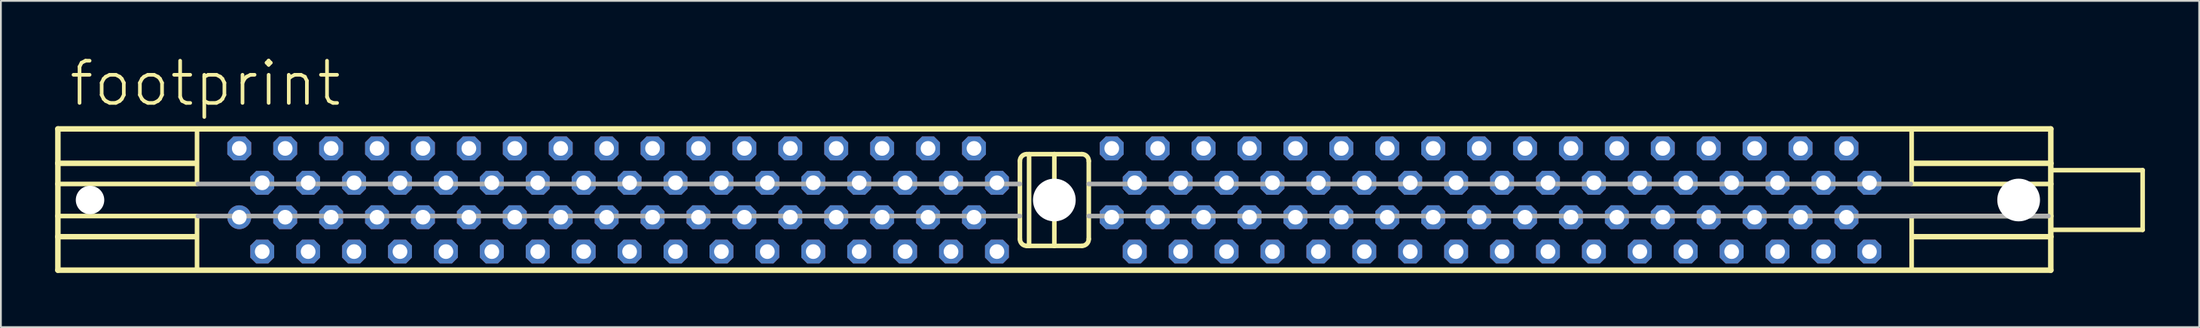
<source format=kicad_pcb>
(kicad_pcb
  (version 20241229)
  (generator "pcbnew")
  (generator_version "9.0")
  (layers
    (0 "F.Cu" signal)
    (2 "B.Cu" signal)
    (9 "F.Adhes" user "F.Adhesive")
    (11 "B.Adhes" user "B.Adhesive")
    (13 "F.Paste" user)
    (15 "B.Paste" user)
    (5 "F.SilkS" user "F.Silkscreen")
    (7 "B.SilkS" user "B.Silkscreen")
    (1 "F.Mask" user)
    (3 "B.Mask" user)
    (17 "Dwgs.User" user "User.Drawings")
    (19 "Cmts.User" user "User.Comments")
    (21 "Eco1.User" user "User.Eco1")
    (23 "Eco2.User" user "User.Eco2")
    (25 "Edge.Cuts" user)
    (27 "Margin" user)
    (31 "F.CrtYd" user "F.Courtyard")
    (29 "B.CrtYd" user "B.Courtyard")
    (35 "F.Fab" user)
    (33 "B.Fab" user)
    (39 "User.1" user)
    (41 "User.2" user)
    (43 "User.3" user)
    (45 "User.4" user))
  (footprint "footprint"
    (layer "F.Cu")
    (at 55.27 8.026)
    (property "Reference" "footprint" (at -54.61 -5.08 0) (layer "F.SilkS") (effects (font (size 2.337 2.337) (thickness 0.203)) (justify left bottom)))
    (fp_line (start -55.118 -3.937) (end -55.118 -2.032) (stroke (width 0.305) (type solid)) (layer "F.SilkS"))
    (fp_line (start -55.118 -3.937) (end 55.118 -3.937) (stroke (width 0.305) (type solid)) (layer "F.SilkS"))
    (fp_line (start -55.118 -2.032) (end -55.118 -0.889) (stroke (width 0.305) (type solid)) (layer "F.SilkS"))
    (fp_line (start -55.118 -2.032) (end -47.498 -2.032) (stroke (width 0.305) (type solid)) (layer "F.SilkS"))
    (fp_line (start -55.118 -0.889) (end -55.118 0.889) (stroke (width 0.305) (type solid)) (layer "F.SilkS"))
    (fp_line (start -55.118 -0.889) (end -47.498 -0.889) (stroke (width 0.254) (type solid)) (layer "F.SilkS"))
    (fp_line (start -55.118 0.889) (end -55.118 2.032) (stroke (width 0.305) (type solid)) (layer "F.SilkS"))
    (fp_line (start -55.118 0.889) (end -47.498 0.889) (stroke (width 0.254) (type solid)) (layer "F.SilkS"))
    (fp_line (start -55.118 2.032) (end -55.118 3.886) (stroke (width 0.305) (type solid)) (layer "F.SilkS"))
    (fp_line (start -55.118 2.032) (end -47.498 2.032) (stroke (width 0.305) (type solid)) (layer "F.SilkS"))
    (fp_line (start -47.422 -3.861) (end -47.422 -0.889) (stroke (width 0.254) (type solid)) (layer "F.SilkS"))
    (fp_line (start -47.422 0.889) (end -47.422 3.81) (stroke (width 0.254) (type solid)) (layer "F.SilkS"))
    (fp_line (start -1.905 -2.159) (end -1.905 2.159) (stroke (width 0.254) (type solid)) (layer "F.SilkS"))
    (fp_line (start -1.524 2.54) (end -1.397 2.54) (stroke (width 0.254) (type solid)) (layer "F.SilkS"))
    (fp_line (start -1.397 -2.54) (end -1.524 -2.54) (stroke (width 0.254) (type solid)) (layer "F.SilkS"))
    (fp_line (start -1.397 2.54) (end -1.397 -2.54) (stroke (width 0.254) (type solid)) (layer "F.SilkS"))
    (fp_line (start -1.397 2.54) (end 0 2.54) (stroke (width 0.254) (type solid)) (layer "F.SilkS"))
    (fp_line (start 0 -2.54) (end -1.397 -2.54) (stroke (width 0.254) (type solid)) (layer "F.SilkS"))
    (fp_line (start 0 2.54) (end 0 -2.54) (stroke (width 0.254) (type solid)) (layer "F.SilkS"))
    (fp_line (start 0 2.54) (end 1.524 2.54) (stroke (width 0.254) (type solid)) (layer "F.SilkS"))
    (fp_line (start 1.524 -2.54) (end 0 -2.54) (stroke (width 0.254) (type solid)) (layer "F.SilkS"))
    (fp_line (start 1.905 2.159) (end 1.905 -2.159) (stroke (width 0.254) (type solid)) (layer "F.SilkS"))
    (fp_line (start 47.422 -3.861) (end 47.422 -0.889) (stroke (width 0.254) (type solid)) (layer "F.SilkS"))
    (fp_line (start 47.422 0.889) (end 47.422 3.81) (stroke (width 0.254) (type solid)) (layer "F.SilkS"))
    (fp_line (start 55.118 -3.937) (end 55.118 -2.032) (stroke (width 0.305) (type solid)) (layer "F.SilkS"))
    (fp_line (start 55.118 -2.032) (end 47.498 -2.032) (stroke (width 0.305) (type solid)) (layer "F.SilkS"))
    (fp_line (start 55.118 -2.032) (end 55.118 -0.889) (stroke (width 0.305) (type solid)) (layer "F.SilkS"))
    (fp_line (start 55.118 -0.889) (end 47.498 -0.889) (stroke (width 0.254) (type solid)) (layer "F.SilkS"))
    (fp_line (start 55.118 -0.889) (end 55.118 0.889) (stroke (width 0.305) (type solid)) (layer "F.SilkS"))
    (fp_line (start 55.118 0.889) (end 47.498 0.889) (stroke (width 0.254) (type solid)) (layer "F.SilkS"))
    (fp_line (start 55.118 0.889) (end 55.118 2.032) (stroke (width 0.305) (type solid)) (layer "F.SilkS"))
    (fp_line (start 55.118 2.032) (end 47.498 2.032) (stroke (width 0.305) (type solid)) (layer "F.SilkS"))
    (fp_line (start 55.118 2.032) (end 55.118 3.886) (stroke (width 0.305) (type solid)) (layer "F.SilkS"))
    (fp_line (start 55.118 3.886) (end -55.118 3.886) (stroke (width 0.305) (type solid)) (layer "F.SilkS"))
    (fp_line (start 55.245 -1.651) (end 60.198 -1.651) (stroke (width 0.254) (type solid)) (layer "F.SilkS"))
    (fp_line (start 60.198 -1.651) (end 60.198 1.651) (stroke (width 0.254) (type solid)) (layer "F.SilkS"))
    (fp_line (start 60.198 1.651) (end 55.245 1.651) (stroke (width 0.254) (type solid)) (layer "F.SilkS"))
    (fp_arc (start -1.905 -2.159) (mid -1.793408 -2.428408) (end -1.524 -2.54) (stroke (width 0.254) (type solid)) (layer "F.SilkS"))
    (fp_arc (start -1.524 2.54) (mid -1.793408 2.428408) (end -1.905 2.159) (stroke (width 0.254) (type solid)) (layer "F.SilkS"))
    (fp_arc (start 1.524 -2.54) (mid 1.793408 -2.428408) (end 1.905 -2.159) (stroke (width 0.254) (type solid)) (layer "F.SilkS"))
    (fp_arc (start 1.905 2.159) (mid 1.793408 2.428408) (end 1.524 2.54) (stroke (width 0.254) (type solid)) (layer "F.SilkS"))
    (fp_line (start -47.371 -0.889) (end -1.905 -0.889) (stroke (width 0.254) (type solid)) (layer "F.Fab"))
    (fp_line (start -47.371 0.889) (end -1.905 0.889) (stroke (width 0.254) (type solid)) (layer "F.Fab"))
    (fp_line (start 1.905 -0.889) (end 47.371 -0.889) (stroke (width 0.254) (type solid)) (layer "F.Fab"))
    (fp_line (start 1.905 0.889) (end 54.991 0.889) (stroke (width 0.254) (type solid)) (layer "F.Fab"))
    (pad "" np_thru_hole circle (at -53.34 0) (size 1.575 1.575) (drill 1.575) (layers "*.Cu" "*.Mask"))
    (pad "" np_thru_hole circle (at 0 0) (size 2.362 2.362) (drill 2.362) (layers "*.Cu" "*.Mask"))
    (pad "" np_thru_hole circle (at 53.34 0) (size 2.362 2.362) (drill 2.362) (layers "*.Cu" "*.Mask"))
    (pad "1" thru_hole circle (at -45.085 0.953) (size 1.321 1.321) (drill 0.813) (layers "*.Cu" "*.Mask"))
    (pad "2" thru_hole roundrect (at -43.815 2.857) (size 1.321 1.321) (drill 0.813) (layers "*.Cu" "*.Mask") (roundrect_rratio 0.25) (chamfer_ratio 0.25) (chamfer top_left top_right bottom_left bottom_right))
    (pad "3" thru_hole roundrect (at -42.545 0.953) (size 1.321 1.321) (drill 0.813) (layers "*.Cu" "*.Mask") (roundrect_rratio 0.25) (chamfer_ratio 0.25) (chamfer top_left top_right bottom_left bottom_right))
    (pad "4" thru_hole roundrect (at -41.275 2.857) (size 1.321 1.321) (drill 0.813) (layers "*.Cu" "*.Mask") (roundrect_rratio 0.25) (chamfer_ratio 0.25) (chamfer top_left top_right bottom_left bottom_right))
    (pad "5" thru_hole roundrect (at -40.005 0.953) (size 1.321 1.321) (drill 0.813) (layers "*.Cu" "*.Mask") (roundrect_rratio 0.25) (chamfer_ratio 0.25) (chamfer top_left top_right bottom_left bottom_right))
    (pad "6" thru_hole roundrect (at -38.735 2.857) (size 1.321 1.321) (drill 0.813) (layers "*.Cu" "*.Mask") (roundrect_rratio 0.25) (chamfer_ratio 0.25) (chamfer top_left top_right bottom_left bottom_right))
    (pad "7" thru_hole roundrect (at -37.465 0.953) (size 1.321 1.321) (drill 0.813) (layers "*.Cu" "*.Mask") (roundrect_rratio 0.25) (chamfer_ratio 0.25) (chamfer top_left top_right bottom_left bottom_right))
    (pad "8" thru_hole roundrect (at -36.195 2.857) (size 1.321 1.321) (drill 0.813) (layers "*.Cu" "*.Mask") (roundrect_rratio 0.25) (chamfer_ratio 0.25) (chamfer top_left top_right bottom_left bottom_right))
    (pad "9" thru_hole roundrect (at -34.925 0.953) (size 1.321 1.321) (drill 0.813) (layers "*.Cu" "*.Mask") (roundrect_rratio 0.25) (chamfer_ratio 0.25) (chamfer top_left top_right bottom_left bottom_right))
    (pad "10" thru_hole roundrect (at -33.655 2.857) (size 1.321 1.321) (drill 0.813) (layers "*.Cu" "*.Mask") (roundrect_rratio 0.25) (chamfer_ratio 0.25) (chamfer top_left top_right bottom_left bottom_right))
    (pad "11" thru_hole roundrect (at -32.385 0.953) (size 1.321 1.321) (drill 0.813) (layers "*.Cu" "*.Mask") (roundrect_rratio 0.25) (chamfer_ratio 0.25) (chamfer top_left top_right bottom_left bottom_right))
    (pad "12" thru_hole roundrect (at -31.115 2.857) (size 1.321 1.321) (drill 0.813) (layers "*.Cu" "*.Mask") (roundrect_rratio 0.25) (chamfer_ratio 0.25) (chamfer top_left top_right bottom_left bottom_right))
    (pad "13" thru_hole roundrect (at -29.845 0.953) (size 1.321 1.321) (drill 0.813) (layers "*.Cu" "*.Mask") (roundrect_rratio 0.25) (chamfer_ratio 0.25) (chamfer top_left top_right bottom_left bottom_right))
    (pad "14" thru_hole roundrect (at -28.575 2.857) (size 1.321 1.321) (drill 0.813) (layers "*.Cu" "*.Mask") (roundrect_rratio 0.25) (chamfer_ratio 0.25) (chamfer top_left top_right bottom_left bottom_right))
    (pad "15" thru_hole roundrect (at -27.305 0.953) (size 1.321 1.321) (drill 0.813) (layers "*.Cu" "*.Mask") (roundrect_rratio 0.25) (chamfer_ratio 0.25) (chamfer top_left top_right bottom_left bottom_right))
    (pad "16" thru_hole roundrect (at -26.035 2.857) (size 1.321 1.321) (drill 0.813) (layers "*.Cu" "*.Mask") (roundrect_rratio 0.25) (chamfer_ratio 0.25) (chamfer top_left top_right bottom_left bottom_right))
    (pad "17" thru_hole roundrect (at -24.765 0.953) (size 1.321 1.321) (drill 0.813) (layers "*.Cu" "*.Mask") (roundrect_rratio 0.25) (chamfer_ratio 0.25) (chamfer top_left top_right bottom_left bottom_right))
    (pad "18" thru_hole roundrect (at -23.495 2.857) (size 1.321 1.321) (drill 0.813) (layers "*.Cu" "*.Mask") (roundrect_rratio 0.25) (chamfer_ratio 0.25) (chamfer top_left top_right bottom_left bottom_right))
    (pad "19" thru_hole roundrect (at -22.225 0.953) (size 1.321 1.321) (drill 0.813) (layers "*.Cu" "*.Mask") (roundrect_rratio 0.25) (chamfer_ratio 0.25) (chamfer top_left top_right bottom_left bottom_right))
    (pad "20" thru_hole roundrect (at -20.955 2.857) (size 1.321 1.321) (drill 0.813) (layers "*.Cu" "*.Mask") (roundrect_rratio 0.25) (chamfer_ratio 0.25) (chamfer top_left top_right bottom_left bottom_right))
    (pad "21" thru_hole roundrect (at -19.685 0.953) (size 1.321 1.321) (drill 0.813) (layers "*.Cu" "*.Mask") (roundrect_rratio 0.25) (chamfer_ratio 0.25) (chamfer top_left top_right bottom_left bottom_right))
    (pad "22" thru_hole roundrect (at -18.415 2.857) (size 1.321 1.321) (drill 0.813) (layers "*.Cu" "*.Mask") (roundrect_rratio 0.25) (chamfer_ratio 0.25) (chamfer top_left top_right bottom_left bottom_right))
    (pad "23" thru_hole roundrect (at -17.145 0.953) (size 1.321 1.321) (drill 0.813) (layers "*.Cu" "*.Mask") (roundrect_rratio 0.25) (chamfer_ratio 0.25) (chamfer top_left top_right bottom_left bottom_right))
    (pad "24" thru_hole roundrect (at -15.875 2.857) (size 1.321 1.321) (drill 0.813) (layers "*.Cu" "*.Mask") (roundrect_rratio 0.25) (chamfer_ratio 0.25) (chamfer top_left top_right bottom_left bottom_right))
    (pad "25" thru_hole roundrect (at -14.605 0.953) (size 1.321 1.321) (drill 0.813) (layers "*.Cu" "*.Mask") (roundrect_rratio 0.25) (chamfer_ratio 0.25) (chamfer top_left top_right bottom_left bottom_right))
    (pad "26" thru_hole roundrect (at -13.335 2.857) (size 1.321 1.321) (drill 0.813) (layers "*.Cu" "*.Mask") (roundrect_rratio 0.25) (chamfer_ratio 0.25) (chamfer top_left top_right bottom_left bottom_right))
    (pad "27" thru_hole roundrect (at -12.065 0.953) (size 1.321 1.321) (drill 0.813) (layers "*.Cu" "*.Mask") (roundrect_rratio 0.25) (chamfer_ratio 0.25) (chamfer top_left top_right bottom_left bottom_right))
    (pad "28" thru_hole roundrect (at -10.795 2.857) (size 1.321 1.321) (drill 0.813) (layers "*.Cu" "*.Mask") (roundrect_rratio 0.25) (chamfer_ratio 0.25) (chamfer top_left top_right bottom_left bottom_right))
    (pad "29" thru_hole roundrect (at -9.525 0.953) (size 1.321 1.321) (drill 0.813) (layers "*.Cu" "*.Mask") (roundrect_rratio 0.25) (chamfer_ratio 0.25) (chamfer top_left top_right bottom_left bottom_right))
    (pad "30" thru_hole roundrect (at -8.255 2.857) (size 1.321 1.321) (drill 0.813) (layers "*.Cu" "*.Mask") (roundrect_rratio 0.25) (chamfer_ratio 0.25) (chamfer top_left top_right bottom_left bottom_right))
    (pad "31" thru_hole roundrect (at -6.985 0.953) (size 1.321 1.321) (drill 0.813) (layers "*.Cu" "*.Mask") (roundrect_rratio 0.25) (chamfer_ratio 0.25) (chamfer top_left top_right bottom_left bottom_right))
    (pad "32" thru_hole roundrect (at -5.715 2.857) (size 1.321 1.321) (drill 0.813) (layers "*.Cu" "*.Mask") (roundrect_rratio 0.25) (chamfer_ratio 0.25) (chamfer top_left top_right bottom_left bottom_right))
    (pad "33" thru_hole roundrect (at -4.445 0.953) (size 1.321 1.321) (drill 0.813) (layers "*.Cu" "*.Mask") (roundrect_rratio 0.25) (chamfer_ratio 0.25) (chamfer top_left top_right bottom_left bottom_right))
    (pad "34" thru_hole roundrect (at -3.175 2.857) (size 1.321 1.321) (drill 0.813) (layers "*.Cu" "*.Mask") (roundrect_rratio 0.25) (chamfer_ratio 0.25) (chamfer top_left top_right bottom_left bottom_right))
    (pad "35" thru_hole roundrect (at 3.175 0.953) (size 1.321 1.321) (drill 0.813) (layers "*.Cu" "*.Mask") (roundrect_rratio 0.25) (chamfer_ratio 0.25) (chamfer top_left top_right bottom_left bottom_right))
    (pad "36" thru_hole roundrect (at 4.445 2.857) (size 1.321 1.321) (drill 0.813) (layers "*.Cu" "*.Mask") (roundrect_rratio 0.25) (chamfer_ratio 0.25) (chamfer top_left top_right bottom_left bottom_right))
    (pad "37" thru_hole roundrect (at 5.715 0.953) (size 1.321 1.321) (drill 0.813) (layers "*.Cu" "*.Mask") (roundrect_rratio 0.25) (chamfer_ratio 0.25) (chamfer top_left top_right bottom_left bottom_right))
    (pad "38" thru_hole roundrect (at 6.985 2.857) (size 1.321 1.321) (drill 0.813) (layers "*.Cu" "*.Mask") (roundrect_rratio 0.25) (chamfer_ratio 0.25) (chamfer top_left top_right bottom_left bottom_right))
    (pad "39" thru_hole roundrect (at 8.255 0.953) (size 1.321 1.321) (drill 0.813) (layers "*.Cu" "*.Mask") (roundrect_rratio 0.25) (chamfer_ratio 0.25) (chamfer top_left top_right bottom_left bottom_right))
    (pad "40" thru_hole roundrect (at 9.525 2.857) (size 1.321 1.321) (drill 0.813) (layers "*.Cu" "*.Mask") (roundrect_rratio 0.25) (chamfer_ratio 0.25) (chamfer top_left top_right bottom_left bottom_right))
    (pad "41" thru_hole roundrect (at 10.795 0.953) (size 1.321 1.321) (drill 0.813) (layers "*.Cu" "*.Mask") (roundrect_rratio 0.25) (chamfer_ratio 0.25) (chamfer top_left top_right bottom_left bottom_right))
    (pad "42" thru_hole roundrect (at 12.065 2.857) (size 1.321 1.321) (drill 0.813) (layers "*.Cu" "*.Mask") (roundrect_rratio 0.25) (chamfer_ratio 0.25) (chamfer top_left top_right bottom_left bottom_right))
    (pad "43" thru_hole roundrect (at 13.335 0.953) (size 1.321 1.321) (drill 0.813) (layers "*.Cu" "*.Mask") (roundrect_rratio 0.25) (chamfer_ratio 0.25) (chamfer top_left top_right bottom_left bottom_right))
    (pad "44" thru_hole roundrect (at 14.605 2.857) (size 1.321 1.321) (drill 0.813) (layers "*.Cu" "*.Mask") (roundrect_rratio 0.25) (chamfer_ratio 0.25) (chamfer top_left top_right bottom_left bottom_right))
    (pad "45" thru_hole roundrect (at 15.875 0.953) (size 1.321 1.321) (drill 0.813) (layers "*.Cu" "*.Mask") (roundrect_rratio 0.25) (chamfer_ratio 0.25) (chamfer top_left top_right bottom_left bottom_right))
    (pad "46" thru_hole roundrect (at 17.145 2.857) (size 1.321 1.321) (drill 0.813) (layers "*.Cu" "*.Mask") (roundrect_rratio 0.25) (chamfer_ratio 0.25) (chamfer top_left top_right bottom_left bottom_right))
    (pad "47" thru_hole roundrect (at 18.415 0.953) (size 1.321 1.321) (drill 0.813) (layers "*.Cu" "*.Mask") (roundrect_rratio 0.25) (chamfer_ratio 0.25) (chamfer top_left top_right bottom_left bottom_right))
    (pad "48" thru_hole roundrect (at 19.685 2.857) (size 1.321 1.321) (drill 0.813) (layers "*.Cu" "*.Mask") (roundrect_rratio 0.25) (chamfer_ratio 0.25) (chamfer top_left top_right bottom_left bottom_right))
    (pad "49" thru_hole roundrect (at 20.955 0.953) (size 1.321 1.321) (drill 0.813) (layers "*.Cu" "*.Mask") (roundrect_rratio 0.25) (chamfer_ratio 0.25) (chamfer top_left top_right bottom_left bottom_right))
    (pad "50" thru_hole roundrect (at 22.225 2.857) (size 1.321 1.321) (drill 0.813) (layers "*.Cu" "*.Mask") (roundrect_rratio 0.25) (chamfer_ratio 0.25) (chamfer top_left top_right bottom_left bottom_right))
    (pad "51" thru_hole roundrect (at 23.495 0.953) (size 1.321 1.321) (drill 0.813) (layers "*.Cu" "*.Mask") (roundrect_rratio 0.25) (chamfer_ratio 0.25) (chamfer top_left top_right bottom_left bottom_right))
    (pad "52" thru_hole roundrect (at 24.765 2.857) (size 1.321 1.321) (drill 0.813) (layers "*.Cu" "*.Mask") (roundrect_rratio 0.25) (chamfer_ratio 0.25) (chamfer top_left top_right bottom_left bottom_right))
    (pad "53" thru_hole roundrect (at 26.035 0.953) (size 1.321 1.321) (drill 0.813) (layers "*.Cu" "*.Mask") (roundrect_rratio 0.25) (chamfer_ratio 0.25) (chamfer top_left top_right bottom_left bottom_right))
    (pad "54" thru_hole roundrect (at 27.305 2.857) (size 1.321 1.321) (drill 0.813) (layers "*.Cu" "*.Mask") (roundrect_rratio 0.25) (chamfer_ratio 0.25) (chamfer top_left top_right bottom_left bottom_right))
    (pad "55" thru_hole roundrect (at 28.575 0.953) (size 1.321 1.321) (drill 0.813) (layers "*.Cu" "*.Mask") (roundrect_rratio 0.25) (chamfer_ratio 0.25) (chamfer top_left top_right bottom_left bottom_right))
    (pad "56" thru_hole roundrect (at 29.845 2.857) (size 1.321 1.321) (drill 0.813) (layers "*.Cu" "*.Mask") (roundrect_rratio 0.25) (chamfer_ratio 0.25) (chamfer top_left top_right bottom_left bottom_right))
    (pad "57" thru_hole roundrect (at 31.115 0.953) (size 1.321 1.321) (drill 0.813) (layers "*.Cu" "*.Mask") (roundrect_rratio 0.25) (chamfer_ratio 0.25) (chamfer top_left top_right bottom_left bottom_right))
    (pad "58" thru_hole roundrect (at 32.385 2.857) (size 1.321 1.321) (drill 0.813) (layers "*.Cu" "*.Mask") (roundrect_rratio 0.25) (chamfer_ratio 0.25) (chamfer top_left top_right bottom_left bottom_right))
    (pad "59" thru_hole roundrect (at 33.655 0.953) (size 1.321 1.321) (drill 0.813) (layers "*.Cu" "*.Mask") (roundrect_rratio 0.25) (chamfer_ratio 0.25) (chamfer top_left top_right bottom_left bottom_right))
    (pad "60" thru_hole roundrect (at 34.925 2.857) (size 1.321 1.321) (drill 0.813) (layers "*.Cu" "*.Mask") (roundrect_rratio 0.25) (chamfer_ratio 0.25) (chamfer top_left top_right bottom_left bottom_right))
    (pad "61" thru_hole roundrect (at 36.195 0.953) (size 1.321 1.321) (drill 0.813) (layers "*.Cu" "*.Mask") (roundrect_rratio 0.25) (chamfer_ratio 0.25) (chamfer top_left top_right bottom_left bottom_right))
    (pad "62" thru_hole roundrect (at 37.465 2.857) (size 1.321 1.321) (drill 0.813) (layers "*.Cu" "*.Mask") (roundrect_rratio 0.25) (chamfer_ratio 0.25) (chamfer top_left top_right bottom_left bottom_right))
    (pad "63" thru_hole roundrect (at 38.735 0.953) (size 1.321 1.321) (drill 0.813) (layers "*.Cu" "*.Mask") (roundrect_rratio 0.25) (chamfer_ratio 0.25) (chamfer top_left top_right bottom_left bottom_right))
    (pad "64" thru_hole roundrect (at 40.005 2.857) (size 1.321 1.321) (drill 0.813) (layers "*.Cu" "*.Mask") (roundrect_rratio 0.25) (chamfer_ratio 0.25) (chamfer top_left top_right bottom_left bottom_right))
    (pad "65" thru_hole roundrect (at 41.275 0.953) (size 1.321 1.321) (drill 0.813) (layers "*.Cu" "*.Mask") (roundrect_rratio 0.25) (chamfer_ratio 0.25) (chamfer top_left top_right bottom_left bottom_right))
    (pad "66" thru_hole roundrect (at 42.545 2.857) (size 1.321 1.321) (drill 0.813) (layers "*.Cu" "*.Mask") (roundrect_rratio 0.25) (chamfer_ratio 0.25) (chamfer top_left top_right bottom_left bottom_right))
    (pad "67" thru_hole roundrect (at 43.815 0.953) (size 1.321 1.321) (drill 0.813) (layers "*.Cu" "*.Mask") (roundrect_rratio 0.25) (chamfer_ratio 0.25) (chamfer top_left top_right bottom_left bottom_right))
    (pad "68" thru_hole roundrect (at 45.085 2.857) (size 1.321 1.321) (drill 0.813) (layers "*.Cu" "*.Mask") (roundrect_rratio 0.25) (chamfer_ratio 0.25) (chamfer top_left top_right bottom_left bottom_right))
    (pad "69" thru_hole roundrect (at -45.085 -2.857) (size 1.321 1.321) (drill 0.813) (layers "*.Cu" "*.Mask") (roundrect_rratio 0.25) (chamfer_ratio 0.25) (chamfer top_left top_right bottom_left bottom_right))
    (pad "70" thru_hole roundrect (at -43.815 -0.953) (size 1.321 1.321) (drill 0.813) (layers "*.Cu" "*.Mask") (roundrect_rratio 0.25) (chamfer_ratio 0.25) (chamfer top_left top_right bottom_left bottom_right))
    (pad "71" thru_hole roundrect (at -42.545 -2.857) (size 1.321 1.321) (drill 0.813) (layers "*.Cu" "*.Mask") (roundrect_rratio 0.25) (chamfer_ratio 0.25) (chamfer top_left top_right bottom_left bottom_right))
    (pad "72" thru_hole roundrect (at -41.275 -0.953) (size 1.321 1.321) (drill 0.813) (layers "*.Cu" "*.Mask") (roundrect_rratio 0.25) (chamfer_ratio 0.25) (chamfer top_left top_right bottom_left bottom_right))
    (pad "73" thru_hole roundrect (at -40.005 -2.857) (size 1.321 1.321) (drill 0.813) (layers "*.Cu" "*.Mask") (roundrect_rratio 0.25) (chamfer_ratio 0.25) (chamfer top_left top_right bottom_left bottom_right))
    (pad "74" thru_hole roundrect (at -38.735 -0.953) (size 1.321 1.321) (drill 0.813) (layers "*.Cu" "*.Mask") (roundrect_rratio 0.25) (chamfer_ratio 0.25) (chamfer top_left top_right bottom_left bottom_right))
    (pad "75" thru_hole roundrect (at -37.465 -2.857) (size 1.321 1.321) (drill 0.813) (layers "*.Cu" "*.Mask") (roundrect_rratio 0.25) (chamfer_ratio 0.25) (chamfer top_left top_right bottom_left bottom_right))
    (pad "76" thru_hole roundrect (at -36.195 -0.953) (size 1.321 1.321) (drill 0.813) (layers "*.Cu" "*.Mask") (roundrect_rratio 0.25) (chamfer_ratio 0.25) (chamfer top_left top_right bottom_left bottom_right))
    (pad "77" thru_hole roundrect (at -34.925 -2.857) (size 1.321 1.321) (drill 0.813) (layers "*.Cu" "*.Mask") (roundrect_rratio 0.25) (chamfer_ratio 0.25) (chamfer top_left top_right bottom_left bottom_right))
    (pad "78" thru_hole roundrect (at -33.655 -0.953) (size 1.321 1.321) (drill 0.813) (layers "*.Cu" "*.Mask") (roundrect_rratio 0.25) (chamfer_ratio 0.25) (chamfer top_left top_right bottom_left bottom_right))
    (pad "79" thru_hole roundrect (at -32.385 -2.857) (size 1.321 1.321) (drill 0.813) (layers "*.Cu" "*.Mask") (roundrect_rratio 0.25) (chamfer_ratio 0.25) (chamfer top_left top_right bottom_left bottom_right))
    (pad "80" thru_hole roundrect (at -31.115 -0.953) (size 1.321 1.321) (drill 0.813) (layers "*.Cu" "*.Mask") (roundrect_rratio 0.25) (chamfer_ratio 0.25) (chamfer top_left top_right bottom_left bottom_right))
    (pad "81" thru_hole roundrect (at -29.845 -2.857) (size 1.321 1.321) (drill 0.813) (layers "*.Cu" "*.Mask") (roundrect_rratio 0.25) (chamfer_ratio 0.25) (chamfer top_left top_right bottom_left bottom_right))
    (pad "82" thru_hole roundrect (at -28.575 -0.953) (size 1.321 1.321) (drill 0.813) (layers "*.Cu" "*.Mask") (roundrect_rratio 0.25) (chamfer_ratio 0.25) (chamfer top_left top_right bottom_left bottom_right))
    (pad "83" thru_hole roundrect (at -27.305 -2.857) (size 1.321 1.321) (drill 0.813) (layers "*.Cu" "*.Mask") (roundrect_rratio 0.25) (chamfer_ratio 0.25) (chamfer top_left top_right bottom_left bottom_right))
    (pad "84" thru_hole roundrect (at -26.035 -0.953) (size 1.321 1.321) (drill 0.813) (layers "*.Cu" "*.Mask") (roundrect_rratio 0.25) (chamfer_ratio 0.25) (chamfer top_left top_right bottom_left bottom_right))
    (pad "85" thru_hole roundrect (at -24.765 -2.857) (size 1.321 1.321) (drill 0.813) (layers "*.Cu" "*.Mask") (roundrect_rratio 0.25) (chamfer_ratio 0.25) (chamfer top_left top_right bottom_left bottom_right))
    (pad "86" thru_hole roundrect (at -23.495 -0.953) (size 1.321 1.321) (drill 0.813) (layers "*.Cu" "*.Mask") (roundrect_rratio 0.25) (chamfer_ratio 0.25) (chamfer top_left top_right bottom_left bottom_right))
    (pad "87" thru_hole roundrect (at -22.225 -2.857) (size 1.321 1.321) (drill 0.813) (layers "*.Cu" "*.Mask") (roundrect_rratio 0.25) (chamfer_ratio 0.25) (chamfer top_left top_right bottom_left bottom_right))
    (pad "88" thru_hole roundrect (at -20.955 -0.953) (size 1.321 1.321) (drill 0.813) (layers "*.Cu" "*.Mask") (roundrect_rratio 0.25) (chamfer_ratio 0.25) (chamfer top_left top_right bottom_left bottom_right))
    (pad "89" thru_hole roundrect (at -19.685 -2.857) (size 1.321 1.321) (drill 0.813) (layers "*.Cu" "*.Mask") (roundrect_rratio 0.25) (chamfer_ratio 0.25) (chamfer top_left top_right bottom_left bottom_right))
    (pad "90" thru_hole roundrect (at -18.415 -0.953) (size 1.321 1.321) (drill 0.813) (layers "*.Cu" "*.Mask") (roundrect_rratio 0.25) (chamfer_ratio 0.25) (chamfer top_left top_right bottom_left bottom_right))
    (pad "91" thru_hole roundrect (at -17.145 -2.857) (size 1.321 1.321) (drill 0.813) (layers "*.Cu" "*.Mask") (roundrect_rratio 0.25) (chamfer_ratio 0.25) (chamfer top_left top_right bottom_left bottom_right))
    (pad "92" thru_hole roundrect (at -15.875 -0.953) (size 1.321 1.321) (drill 0.813) (layers "*.Cu" "*.Mask") (roundrect_rratio 0.25) (chamfer_ratio 0.25) (chamfer top_left top_right bottom_left bottom_right))
    (pad "93" thru_hole roundrect (at -14.605 -2.857) (size 1.321 1.321) (drill 0.813) (layers "*.Cu" "*.Mask") (roundrect_rratio 0.25) (chamfer_ratio 0.25) (chamfer top_left top_right bottom_left bottom_right))
    (pad "94" thru_hole roundrect (at -13.335 -0.953) (size 1.321 1.321) (drill 0.813) (layers "*.Cu" "*.Mask") (roundrect_rratio 0.25) (chamfer_ratio 0.25) (chamfer top_left top_right bottom_left bottom_right))
    (pad "95" thru_hole roundrect (at -12.065 -2.857) (size 1.321 1.321) (drill 0.813) (layers "*.Cu" "*.Mask") (roundrect_rratio 0.25) (chamfer_ratio 0.25) (chamfer top_left top_right bottom_left bottom_right))
    (pad "96" thru_hole roundrect (at -10.795 -0.953) (size 1.321 1.321) (drill 0.813) (layers "*.Cu" "*.Mask") (roundrect_rratio 0.25) (chamfer_ratio 0.25) (chamfer top_left top_right bottom_left bottom_right))
    (pad "97" thru_hole roundrect (at -9.525 -2.857) (size 1.321 1.321) (drill 0.813) (layers "*.Cu" "*.Mask") (roundrect_rratio 0.25) (chamfer_ratio 0.25) (chamfer top_left top_right bottom_left bottom_right))
    (pad "98" thru_hole roundrect (at -8.255 -0.953) (size 1.321 1.321) (drill 0.813) (layers "*.Cu" "*.Mask") (roundrect_rratio 0.25) (chamfer_ratio 0.25) (chamfer top_left top_right bottom_left bottom_right))
    (pad "99" thru_hole roundrect (at -6.985 -2.857) (size 1.321 1.321) (drill 0.813) (layers "*.Cu" "*.Mask") (roundrect_rratio 0.25) (chamfer_ratio 0.25) (chamfer top_left top_right bottom_left bottom_right))
    (pad "100" thru_hole roundrect (at -5.715 -0.953) (size 1.321 1.321) (drill 0.813) (layers "*.Cu" "*.Mask") (roundrect_rratio 0.25) (chamfer_ratio 0.25) (chamfer top_left top_right bottom_left bottom_right))
    (pad "101" thru_hole roundrect (at -4.445 -2.857) (size 1.321 1.321) (drill 0.813) (layers "*.Cu" "*.Mask") (roundrect_rratio 0.25) (chamfer_ratio 0.25) (chamfer top_left top_right bottom_left bottom_right))
    (pad "102" thru_hole roundrect (at -3.175 -0.953) (size 1.321 1.321) (drill 0.813) (layers "*.Cu" "*.Mask") (roundrect_rratio 0.25) (chamfer_ratio 0.25) (chamfer top_left top_right bottom_left bottom_right))
    (pad "103" thru_hole roundrect (at 3.175 -2.857) (size 1.321 1.321) (drill 0.813) (layers "*.Cu" "*.Mask") (roundrect_rratio 0.25) (chamfer_ratio 0.25) (chamfer top_left top_right bottom_left bottom_right))
    (pad "104" thru_hole roundrect (at 4.445 -0.953) (size 1.321 1.321) (drill 0.813) (layers "*.Cu" "*.Mask") (roundrect_rratio 0.25) (chamfer_ratio 0.25) (chamfer top_left top_right bottom_left bottom_right))
    (pad "105" thru_hole roundrect (at 5.715 -2.857) (size 1.321 1.321) (drill 0.813) (layers "*.Cu" "*.Mask") (roundrect_rratio 0.25) (chamfer_ratio 0.25) (chamfer top_left top_right bottom_left bottom_right))
    (pad "106" thru_hole roundrect (at 6.985 -0.953) (size 1.321 1.321) (drill 0.813) (layers "*.Cu" "*.Mask") (roundrect_rratio 0.25) (chamfer_ratio 0.25) (chamfer top_left top_right bottom_left bottom_right))
    (pad "107" thru_hole roundrect (at 8.255 -2.857) (size 1.321 1.321) (drill 0.813) (layers "*.Cu" "*.Mask") (roundrect_rratio 0.25) (chamfer_ratio 0.25) (chamfer top_left top_right bottom_left bottom_right))
    (pad "108" thru_hole roundrect (at 9.525 -0.953) (size 1.321 1.321) (drill 0.813) (layers "*.Cu" "*.Mask") (roundrect_rratio 0.25) (chamfer_ratio 0.25) (chamfer top_left top_right bottom_left bottom_right))
    (pad "109" thru_hole roundrect (at 10.795 -2.857) (size 1.321 1.321) (drill 0.813) (layers "*.Cu" "*.Mask") (roundrect_rratio 0.25) (chamfer_ratio 0.25) (chamfer top_left top_right bottom_left bottom_right))
    (pad "110" thru_hole roundrect (at 12.065 -0.953) (size 1.321 1.321) (drill 0.813) (layers "*.Cu" "*.Mask") (roundrect_rratio 0.25) (chamfer_ratio 0.25) (chamfer top_left top_right bottom_left bottom_right))
    (pad "111" thru_hole roundrect (at 13.335 -2.857) (size 1.321 1.321) (drill 0.813) (layers "*.Cu" "*.Mask") (roundrect_rratio 0.25) (chamfer_ratio 0.25) (chamfer top_left top_right bottom_left bottom_right))
    (pad "112" thru_hole roundrect (at 14.605 -0.953) (size 1.321 1.321) (drill 0.813) (layers "*.Cu" "*.Mask") (roundrect_rratio 0.25) (chamfer_ratio 0.25) (chamfer top_left top_right bottom_left bottom_right))
    (pad "113" thru_hole roundrect (at 15.875 -2.857) (size 1.321 1.321) (drill 0.813) (layers "*.Cu" "*.Mask") (roundrect_rratio 0.25) (chamfer_ratio 0.25) (chamfer top_left top_right bottom_left bottom_right))
    (pad "114" thru_hole roundrect (at 17.145 -0.953) (size 1.321 1.321) (drill 0.813) (layers "*.Cu" "*.Mask") (roundrect_rratio 0.25) (chamfer_ratio 0.25) (chamfer top_left top_right bottom_left bottom_right))
    (pad "115" thru_hole roundrect (at 18.415 -2.857) (size 1.321 1.321) (drill 0.813) (layers "*.Cu" "*.Mask") (roundrect_rratio 0.25) (chamfer_ratio 0.25) (chamfer top_left top_right bottom_left bottom_right))
    (pad "116" thru_hole roundrect (at 19.685 -0.953) (size 1.321 1.321) (drill 0.813) (layers "*.Cu" "*.Mask") (roundrect_rratio 0.25) (chamfer_ratio 0.25) (chamfer top_left top_right bottom_left bottom_right))
    (pad "117" thru_hole roundrect (at 20.955 -2.857) (size 1.321 1.321) (drill 0.813) (layers "*.Cu" "*.Mask") (roundrect_rratio 0.25) (chamfer_ratio 0.25) (chamfer top_left top_right bottom_left bottom_right))
    (pad "118" thru_hole roundrect (at 22.225 -0.953) (size 1.321 1.321) (drill 0.813) (layers "*.Cu" "*.Mask") (roundrect_rratio 0.25) (chamfer_ratio 0.25) (chamfer top_left top_right bottom_left bottom_right))
    (pad "119" thru_hole roundrect (at 23.495 -2.857) (size 1.321 1.321) (drill 0.813) (layers "*.Cu" "*.Mask") (roundrect_rratio 0.25) (chamfer_ratio 0.25) (chamfer top_left top_right bottom_left bottom_right))
    (pad "120" thru_hole roundrect (at 24.765 -0.953) (size 1.321 1.321) (drill 0.813) (layers "*.Cu" "*.Mask") (roundrect_rratio 0.25) (chamfer_ratio 0.25) (chamfer top_left top_right bottom_left bottom_right))
    (pad "121" thru_hole roundrect (at 26.035 -2.857) (size 1.321 1.321) (drill 0.813) (layers "*.Cu" "*.Mask") (roundrect_rratio 0.25) (chamfer_ratio 0.25) (chamfer top_left top_right bottom_left bottom_right))
    (pad "122" thru_hole roundrect (at 27.305 -0.953) (size 1.321 1.321) (drill 0.813) (layers "*.Cu" "*.Mask") (roundrect_rratio 0.25) (chamfer_ratio 0.25) (chamfer top_left top_right bottom_left bottom_right))
    (pad "123" thru_hole roundrect (at 28.575 -2.857) (size 1.321 1.321) (drill 0.813) (layers "*.Cu" "*.Mask") (roundrect_rratio 0.25) (chamfer_ratio 0.25) (chamfer top_left top_right bottom_left bottom_right))
    (pad "124" thru_hole roundrect (at 29.845 -0.953) (size 1.321 1.321) (drill 0.813) (layers "*.Cu" "*.Mask") (roundrect_rratio 0.25) (chamfer_ratio 0.25) (chamfer top_left top_right bottom_left bottom_right))
    (pad "125" thru_hole roundrect (at 31.115 -2.857) (size 1.321 1.321) (drill 0.813) (layers "*.Cu" "*.Mask") (roundrect_rratio 0.25) (chamfer_ratio 0.25) (chamfer top_left top_right bottom_left bottom_right))
    (pad "126" thru_hole roundrect (at 32.385 -0.953) (size 1.321 1.321) (drill 0.813) (layers "*.Cu" "*.Mask") (roundrect_rratio 0.25) (chamfer_ratio 0.25) (chamfer top_left top_right bottom_left bottom_right))
    (pad "127" thru_hole roundrect (at 33.655 -2.857) (size 1.321 1.321) (drill 0.813) (layers "*.Cu" "*.Mask") (roundrect_rratio 0.25) (chamfer_ratio 0.25) (chamfer top_left top_right bottom_left bottom_right))
    (pad "128" thru_hole roundrect (at 34.925 -0.953) (size 1.321 1.321) (drill 0.813) (layers "*.Cu" "*.Mask") (roundrect_rratio 0.25) (chamfer_ratio 0.25) (chamfer top_left top_right bottom_left bottom_right))
    (pad "129" thru_hole roundrect (at 36.195 -2.857) (size 1.321 1.321) (drill 0.813) (layers "*.Cu" "*.Mask") (roundrect_rratio 0.25) (chamfer_ratio 0.25) (chamfer top_left top_right bottom_left bottom_right))
    (pad "130" thru_hole roundrect (at 37.465 -0.953) (size 1.321 1.321) (drill 0.813) (layers "*.Cu" "*.Mask") (roundrect_rratio 0.25) (chamfer_ratio 0.25) (chamfer top_left top_right bottom_left bottom_right))
    (pad "131" thru_hole roundrect (at 38.735 -2.857) (size 1.321 1.321) (drill 0.813) (layers "*.Cu" "*.Mask") (roundrect_rratio 0.25) (chamfer_ratio 0.25) (chamfer top_left top_right bottom_left bottom_right))
    (pad "132" thru_hole roundrect (at 40.005 -0.953) (size 1.321 1.321) (drill 0.813) (layers "*.Cu" "*.Mask") (roundrect_rratio 0.25) (chamfer_ratio 0.25) (chamfer top_left top_right bottom_left bottom_right))
    (pad "133" thru_hole roundrect (at 41.275 -2.857) (size 1.321 1.321) (drill 0.813) (layers "*.Cu" "*.Mask") (roundrect_rratio 0.25) (chamfer_ratio 0.25) (chamfer top_left top_right bottom_left bottom_right))
    (pad "134" thru_hole roundrect (at 42.545 -0.953) (size 1.321 1.321) (drill 0.813) (layers "*.Cu" "*.Mask") (roundrect_rratio 0.25) (chamfer_ratio 0.25) (chamfer top_left top_right bottom_left bottom_right))
    (pad "135" thru_hole roundrect (at 43.815 -2.857) (size 1.321 1.321) (drill 0.813) (layers "*.Cu" "*.Mask") (roundrect_rratio 0.25) (chamfer_ratio 0.25) (chamfer top_left top_right bottom_left bottom_right))
    (pad "136" thru_hole roundrect (at 45.085 -0.953) (size 1.321 1.321) (drill 0.813) (layers "*.Cu" "*.Mask") (roundrect_rratio 0.25) (chamfer_ratio 0.25) (chamfer top_left top_right bottom_left bottom_right)))
  (gr_rect
    (start -3 -3)
    (end 118.595 15.065)
    (stroke (width 0.1) (type default))
    (fill no)
    (layer "Edge.Cuts")))
</source>
